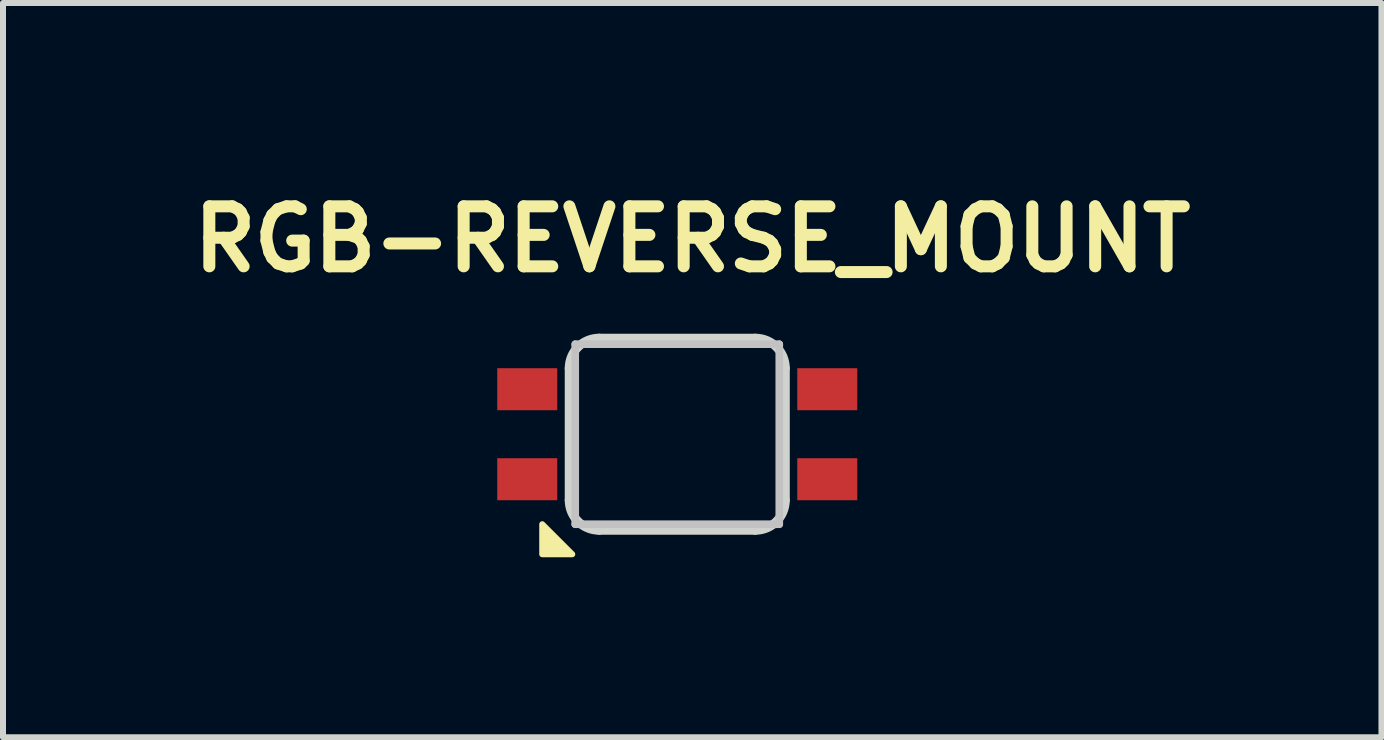
<source format=kicad_pcb>
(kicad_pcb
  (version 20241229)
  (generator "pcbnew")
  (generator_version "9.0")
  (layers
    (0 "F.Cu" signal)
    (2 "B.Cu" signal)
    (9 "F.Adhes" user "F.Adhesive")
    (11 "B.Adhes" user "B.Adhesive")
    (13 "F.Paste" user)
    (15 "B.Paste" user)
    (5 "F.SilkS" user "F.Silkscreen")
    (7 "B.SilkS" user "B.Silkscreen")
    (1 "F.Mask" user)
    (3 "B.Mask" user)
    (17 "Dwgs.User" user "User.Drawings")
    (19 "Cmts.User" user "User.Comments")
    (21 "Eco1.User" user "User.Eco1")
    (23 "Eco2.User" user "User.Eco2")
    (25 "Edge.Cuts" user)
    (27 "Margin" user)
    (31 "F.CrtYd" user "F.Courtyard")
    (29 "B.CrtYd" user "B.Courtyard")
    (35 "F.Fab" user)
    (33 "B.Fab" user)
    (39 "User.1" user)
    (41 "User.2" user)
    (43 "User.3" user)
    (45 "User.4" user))
  (footprint "RGB-REVERSE_MOUNT"
    (layer "F.Cu")
    (at 8.236 4.186)
    (property "Reference" "RGB-REVERSE_MOUNT" (at 0.25 -3.25 0) (layer "F.SilkS") (effects (font (size 1 1) (thickness 0.2))))
    (attr through_hole)
    (fp_poly (pts (xy -2.25 1.5) (xy -1.75 2) (xy -2.25 2)) (stroke (width 0.1) (type solid)) (fill yes) (layer "F.SilkS"))
    (fp_line (start -1.7 -1.5) (end 1.7 -1.5) (stroke (width 0.127) (type solid)) (layer "Dwgs.User"))
    (fp_line (start -1.7 1.5) (end -1.7 -1.5) (stroke (width 0.127) (type solid)) (layer "Dwgs.User"))
    (fp_line (start 1.7 -1.5) (end 1.7 1.5) (stroke (width 0.127) (type solid)) (layer "Dwgs.User"))
    (fp_line (start 1.7 1.5) (end -1.7 1.5) (stroke (width 0.127) (type solid)) (layer "Dwgs.User"))
    (fp_line (start -1.8 -1.1) (end -1.8 1.1) (stroke (width 0.15) (type solid)) (layer "Edge.Cuts"))
    (fp_line (start -1.3 1.6) (end 1.3 1.6) (stroke (width 0.15) (type solid)) (layer "Edge.Cuts"))
    (fp_line (start 1.3 -1.6) (end -1.3 -1.6) (stroke (width 0.15) (type solid)) (layer "Edge.Cuts"))
    (fp_line (start 1.8 1.1) (end 1.8 -1.1) (stroke (width 0.15) (type solid)) (layer "Edge.Cuts"))
    (fp_arc (start -1.8 -1.1) (mid -1.653553 -1.453553) (end -1.3 -1.6) (stroke (width 0.15) (type solid)) (layer "Edge.Cuts"))
    (fp_arc (start -1.3 1.6) (mid -1.653553 1.453553) (end -1.8 1.1) (stroke (width 0.15) (type solid)) (layer "Edge.Cuts"))
    (fp_arc (start 1.3 -1.6) (mid 1.653553 -1.453553) (end 1.8 -1.1) (stroke (width 0.15) (type solid)) (layer "Edge.Cuts"))
    (fp_arc (start 1.8 1.1) (mid 1.653553 1.453553) (end 1.3 1.6) (stroke (width 0.15) (type solid)) (layer "Edge.Cuts"))
    (pad "1" smd rect (at -2.5 0.75) (size 1 0.7) (layers "F.Cu" "F.Mask" "F.Paste"))
    (pad "2" smd rect (at 2.5 0.75) (size 1 0.7) (layers "F.Cu" "F.Mask" "F.Paste"))
    (pad "3" smd rect (at 2.5 -0.75) (size 1 0.7) (layers "F.Cu" "F.Mask" "F.Paste"))
    (pad "COMMON_ANODE" smd rect (at -2.5 -0.75) (size 1 0.7) (layers "F.Cu" "F.Mask" "F.Paste")))
  (gr_rect
    (start -3 -3)
    (end 19.971 9.236)
    (stroke (width 0.1) (type default))
    (fill no)
    (layer "Edge.Cuts")))
</source>
